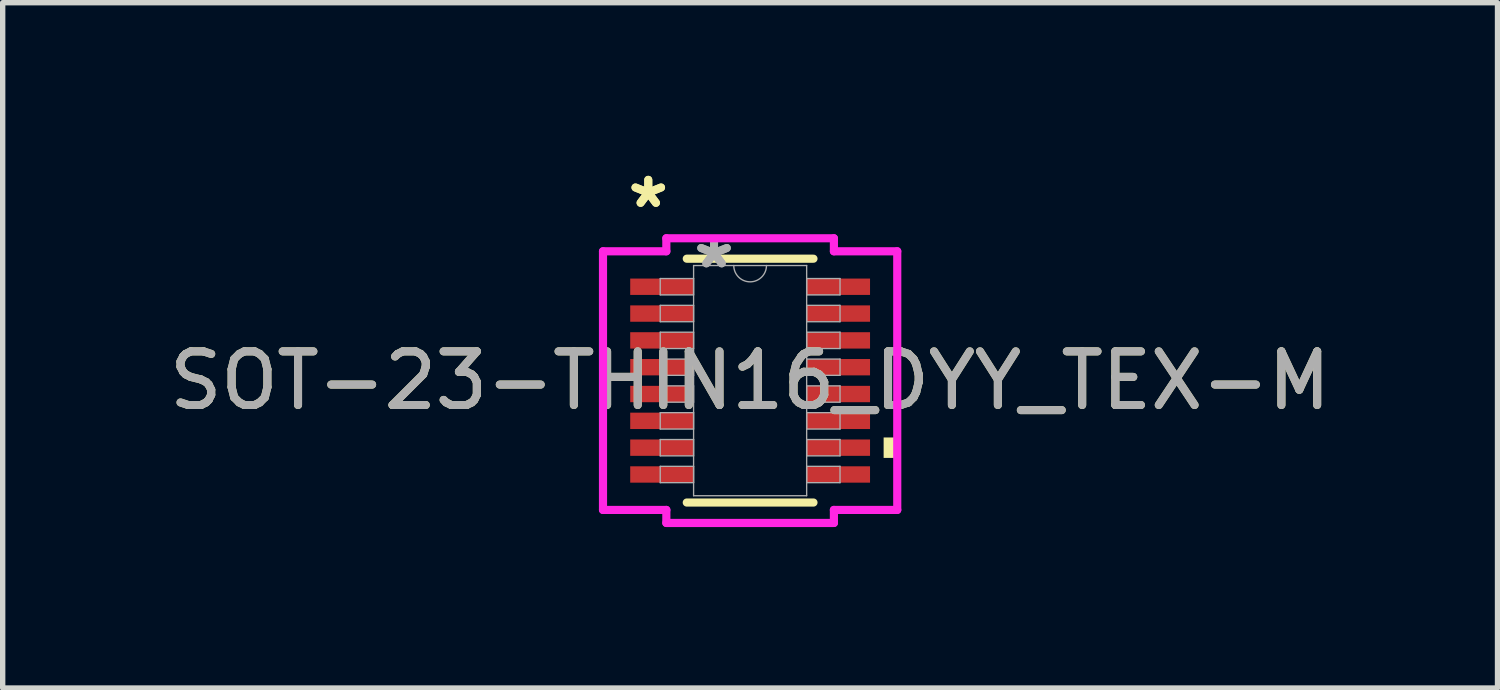
<source format=kicad_pcb>
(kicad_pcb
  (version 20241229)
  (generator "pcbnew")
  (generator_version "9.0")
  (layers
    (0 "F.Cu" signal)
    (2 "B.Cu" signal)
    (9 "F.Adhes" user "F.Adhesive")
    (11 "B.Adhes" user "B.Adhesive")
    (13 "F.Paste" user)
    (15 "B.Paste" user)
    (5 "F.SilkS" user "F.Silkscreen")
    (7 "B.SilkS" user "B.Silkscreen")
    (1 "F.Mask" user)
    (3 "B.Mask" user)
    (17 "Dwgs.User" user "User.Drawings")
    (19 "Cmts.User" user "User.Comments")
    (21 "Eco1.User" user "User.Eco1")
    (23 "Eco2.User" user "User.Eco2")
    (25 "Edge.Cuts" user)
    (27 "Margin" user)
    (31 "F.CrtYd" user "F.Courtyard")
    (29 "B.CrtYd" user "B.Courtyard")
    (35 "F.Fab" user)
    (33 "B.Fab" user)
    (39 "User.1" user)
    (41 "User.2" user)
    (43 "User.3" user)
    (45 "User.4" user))
  (footprint "SOT-23-THIN16_DYY_TEX-M"
    (layer "F.Cu")
    (at 10.935 4.046)
    (property "Reference" "SOT-23-THIN16_DYY_TEX-M" (at 0 0 0) (unlocked yes) (layer "F.SilkS") (effects (font (size 1 1) (thickness 0.15))))
    (attr smd)
    (fp_line (start -1.181 2.273) (end 1.181 2.273) (stroke (width 0.152) (type solid)) (layer "F.SilkS"))
    (fp_line (start 1.181 -2.273) (end -1.181 -2.273) (stroke (width 0.152) (type solid)) (layer "F.SilkS"))
    (fp_poly (pts (xy 2.743 1.06) (xy 2.743 1.441) (xy 2.489 1.441) (xy 2.489 1.06)) (stroke (width 0) (type solid)) (fill yes) (layer "F.SilkS"))
    (fp_line (start -2.743 -2.411) (end -1.562 -2.411) (stroke (width 0.152) (type solid)) (layer "F.CrtYd"))
    (fp_line (start -2.743 2.411) (end -2.743 -2.411) (stroke (width 0.152) (type solid)) (layer "F.CrtYd"))
    (fp_line (start -2.743 2.411) (end -1.562 2.411) (stroke (width 0.152) (type solid)) (layer "F.CrtYd"))
    (fp_line (start -1.562 -2.654) (end 1.562 -2.654) (stroke (width 0.152) (type solid)) (layer "F.CrtYd"))
    (fp_line (start -1.562 -2.411) (end -1.562 -2.654) (stroke (width 0.152) (type solid)) (layer "F.CrtYd"))
    (fp_line (start -1.562 2.654) (end -1.562 2.411) (stroke (width 0.152) (type solid)) (layer "F.CrtYd"))
    (fp_line (start 1.562 -2.654) (end 1.562 -2.411) (stroke (width 0.152) (type solid)) (layer "F.CrtYd"))
    (fp_line (start 1.562 2.411) (end 1.562 2.654) (stroke (width 0.152) (type solid)) (layer "F.CrtYd"))
    (fp_line (start 1.562 2.654) (end -1.562 2.654) (stroke (width 0.152) (type solid)) (layer "F.CrtYd"))
    (fp_line (start 2.743 -2.411) (end 1.562 -2.411) (stroke (width 0.152) (type solid)) (layer "F.CrtYd"))
    (fp_line (start 2.743 -2.411) (end 2.743 2.411) (stroke (width 0.152) (type solid)) (layer "F.CrtYd"))
    (fp_line (start 2.743 2.411) (end 1.562 2.411) (stroke (width 0.152) (type solid)) (layer "F.CrtYd"))
    (fp_line (start -1.676 -1.903) (end -1.676 -1.598) (stroke (width 0.025) (type solid)) (layer "F.Fab"))
    (fp_line (start -1.676 -1.598) (end -1.054 -1.598) (stroke (width 0.025) (type solid)) (layer "F.Fab"))
    (fp_line (start -1.676 -1.403) (end -1.676 -1.098) (stroke (width 0.025) (type solid)) (layer "F.Fab"))
    (fp_line (start -1.676 -1.098) (end -1.054 -1.098) (stroke (width 0.025) (type solid)) (layer "F.Fab"))
    (fp_line (start -1.676 -0.903) (end -1.676 -0.598) (stroke (width 0.025) (type solid)) (layer "F.Fab"))
    (fp_line (start -1.676 -0.598) (end -1.054 -0.598) (stroke (width 0.025) (type solid)) (layer "F.Fab"))
    (fp_line (start -1.676 -0.402) (end -1.676 -0.098) (stroke (width 0.025) (type solid)) (layer "F.Fab"))
    (fp_line (start -1.676 -0.098) (end -1.054 -0.098) (stroke (width 0.025) (type solid)) (layer "F.Fab"))
    (fp_line (start -1.676 0.098) (end -1.676 0.402) (stroke (width 0.025) (type solid)) (layer "F.Fab"))
    (fp_line (start -1.676 0.402) (end -1.054 0.402) (stroke (width 0.025) (type solid)) (layer "F.Fab"))
    (fp_line (start -1.676 0.598) (end -1.676 0.903) (stroke (width 0.025) (type solid)) (layer "F.Fab"))
    (fp_line (start -1.676 0.903) (end -1.054 0.903) (stroke (width 0.025) (type solid)) (layer "F.Fab"))
    (fp_line (start -1.676 1.098) (end -1.676 1.403) (stroke (width 0.025) (type solid)) (layer "F.Fab"))
    (fp_line (start -1.676 1.403) (end -1.054 1.403) (stroke (width 0.025) (type solid)) (layer "F.Fab"))
    (fp_line (start -1.676 1.598) (end -1.676 1.903) (stroke (width 0.025) (type solid)) (layer "F.Fab"))
    (fp_line (start -1.676 1.903) (end -1.054 1.903) (stroke (width 0.025) (type solid)) (layer "F.Fab"))
    (fp_line (start -1.054 -2.146) (end -1.054 2.146) (stroke (width 0.025) (type solid)) (layer "F.Fab"))
    (fp_line (start -1.054 -1.903) (end -1.676 -1.903) (stroke (width 0.025) (type solid)) (layer "F.Fab"))
    (fp_line (start -1.054 -1.598) (end -1.054 -1.903) (stroke (width 0.025) (type solid)) (layer "F.Fab"))
    (fp_line (start -1.054 -1.403) (end -1.676 -1.403) (stroke (width 0.025) (type solid)) (layer "F.Fab"))
    (fp_line (start -1.054 -1.098) (end -1.054 -1.403) (stroke (width 0.025) (type solid)) (layer "F.Fab"))
    (fp_line (start -1.054 -0.903) (end -1.676 -0.903) (stroke (width 0.025) (type solid)) (layer "F.Fab"))
    (fp_line (start -1.054 -0.598) (end -1.054 -0.903) (stroke (width 0.025) (type solid)) (layer "F.Fab"))
    (fp_line (start -1.054 -0.402) (end -1.676 -0.402) (stroke (width 0.025) (type solid)) (layer "F.Fab"))
    (fp_line (start -1.054 -0.098) (end -1.054 -0.402) (stroke (width 0.025) (type solid)) (layer "F.Fab"))
    (fp_line (start -1.054 0.098) (end -1.676 0.098) (stroke (width 0.025) (type solid)) (layer "F.Fab"))
    (fp_line (start -1.054 0.402) (end -1.054 0.098) (stroke (width 0.025) (type solid)) (layer "F.Fab"))
    (fp_line (start -1.054 0.598) (end -1.676 0.598) (stroke (width 0.025) (type solid)) (layer "F.Fab"))
    (fp_line (start -1.054 0.903) (end -1.054 0.598) (stroke (width 0.025) (type solid)) (layer "F.Fab"))
    (fp_line (start -1.054 1.098) (end -1.676 1.098) (stroke (width 0.025) (type solid)) (layer "F.Fab"))
    (fp_line (start -1.054 1.403) (end -1.054 1.098) (stroke (width 0.025) (type solid)) (layer "F.Fab"))
    (fp_line (start -1.054 1.598) (end -1.676 1.598) (stroke (width 0.025) (type solid)) (layer "F.Fab"))
    (fp_line (start -1.054 1.903) (end -1.054 1.598) (stroke (width 0.025) (type solid)) (layer "F.Fab"))
    (fp_line (start -1.054 2.146) (end 1.054 2.146) (stroke (width 0.025) (type solid)) (layer "F.Fab"))
    (fp_line (start 1.054 -2.146) (end -1.054 -2.146) (stroke (width 0.025) (type solid)) (layer "F.Fab"))
    (fp_line (start 1.054 -1.903) (end 1.054 -1.598) (stroke (width 0.025) (type solid)) (layer "F.Fab"))
    (fp_line (start 1.054 -1.598) (end 1.676 -1.598) (stroke (width 0.025) (type solid)) (layer "F.Fab"))
    (fp_line (start 1.054 -1.403) (end 1.054 -1.098) (stroke (width 0.025) (type solid)) (layer "F.Fab"))
    (fp_line (start 1.054 -1.098) (end 1.676 -1.098) (stroke (width 0.025) (type solid)) (layer "F.Fab"))
    (fp_line (start 1.054 -0.903) (end 1.054 -0.598) (stroke (width 0.025) (type solid)) (layer "F.Fab"))
    (fp_line (start 1.054 -0.598) (end 1.676 -0.598) (stroke (width 0.025) (type solid)) (layer "F.Fab"))
    (fp_line (start 1.054 -0.402) (end 1.054 -0.098) (stroke (width 0.025) (type solid)) (layer "F.Fab"))
    (fp_line (start 1.054 -0.098) (end 1.676 -0.098) (stroke (width 0.025) (type solid)) (layer "F.Fab"))
    (fp_line (start 1.054 0.098) (end 1.054 0.402) (stroke (width 0.025) (type solid)) (layer "F.Fab"))
    (fp_line (start 1.054 0.402) (end 1.676 0.402) (stroke (width 0.025) (type solid)) (layer "F.Fab"))
    (fp_line (start 1.054 0.598) (end 1.054 0.903) (stroke (width 0.025) (type solid)) (layer "F.Fab"))
    (fp_line (start 1.054 0.903) (end 1.676 0.903) (stroke (width 0.025) (type solid)) (layer "F.Fab"))
    (fp_line (start 1.054 1.098) (end 1.054 1.403) (stroke (width 0.025) (type solid)) (layer "F.Fab"))
    (fp_line (start 1.054 1.403) (end 1.676 1.403) (stroke (width 0.025) (type solid)) (layer "F.Fab"))
    (fp_line (start 1.054 1.598) (end 1.054 1.903) (stroke (width 0.025) (type solid)) (layer "F.Fab"))
    (fp_line (start 1.054 1.903) (end 1.676 1.903) (stroke (width 0.025) (type solid)) (layer "F.Fab"))
    (fp_line (start 1.054 2.146) (end 1.054 -2.146) (stroke (width 0.025) (type solid)) (layer "F.Fab"))
    (fp_line (start 1.676 -1.903) (end 1.054 -1.903) (stroke (width 0.025) (type solid)) (layer "F.Fab"))
    (fp_line (start 1.676 -1.598) (end 1.676 -1.903) (stroke (width 0.025) (type solid)) (layer "F.Fab"))
    (fp_line (start 1.676 -1.403) (end 1.054 -1.403) (stroke (width 0.025) (type solid)) (layer "F.Fab"))
    (fp_line (start 1.676 -1.098) (end 1.676 -1.403) (stroke (width 0.025) (type solid)) (layer "F.Fab"))
    (fp_line (start 1.676 -0.903) (end 1.054 -0.903) (stroke (width 0.025) (type solid)) (layer "F.Fab"))
    (fp_line (start 1.676 -0.598) (end 1.676 -0.903) (stroke (width 0.025) (type solid)) (layer "F.Fab"))
    (fp_line (start 1.676 -0.402) (end 1.054 -0.402) (stroke (width 0.025) (type solid)) (layer "F.Fab"))
    (fp_line (start 1.676 -0.098) (end 1.676 -0.402) (stroke (width 0.025) (type solid)) (layer "F.Fab"))
    (fp_line (start 1.676 0.098) (end 1.054 0.098) (stroke (width 0.025) (type solid)) (layer "F.Fab"))
    (fp_line (start 1.676 0.402) (end 1.676 0.098) (stroke (width 0.025) (type solid)) (layer "F.Fab"))
    (fp_line (start 1.676 0.598) (end 1.054 0.598) (stroke (width 0.025) (type solid)) (layer "F.Fab"))
    (fp_line (start 1.676 0.903) (end 1.676 0.598) (stroke (width 0.025) (type solid)) (layer "F.Fab"))
    (fp_line (start 1.676 1.098) (end 1.054 1.098) (stroke (width 0.025) (type solid)) (layer "F.Fab"))
    (fp_line (start 1.676 1.403) (end 1.676 1.098) (stroke (width 0.025) (type solid)) (layer "F.Fab"))
    (fp_line (start 1.676 1.598) (end 1.054 1.598) (stroke (width 0.025) (type solid)) (layer "F.Fab"))
    (fp_line (start 1.676 1.903) (end 1.676 1.598) (stroke (width 0.025) (type solid)) (layer "F.Fab"))
    (fp_arc (start 0.3048 -2.1463) (mid 0 -1.8415) (end -0.3048 -2.1463) (stroke (width 0.0254) (type solid)) (layer "F.Fab"))
    (fp_text user "*" (at -1.899 -3.198 0) (unlocked yes) (layer "F.SilkS") (effects (font (size 1 1) (thickness 0.15))))
    (fp_text user "*" (at -1.899 -3.198 0) (layer "F.SilkS") (effects (font (size 1 1) (thickness 0.15))))
    (fp_text user "${REFERENCE}" (at 0 0 0) (unlocked yes) (layer "F.Fab") (effects (font (size 1 1) (thickness 0.15))))
    (fp_text user "*" (at -0.673 -2.07 0) (unlocked yes) (layer "F.Fab") (effects (font (size 1 1) (thickness 0.15))))
    (fp_text user "*" (at -0.673 -2.07 0) (layer "F.Fab") (effects (font (size 1 1) (thickness 0.15))))
    (pad "1" smd rect (at -1.645 -1.75) (size 1.181 0.305) (layers "F.Cu" "F.Mask" "F.Paste"))
    (pad "2" smd rect (at -1.645 -1.25) (size 1.181 0.305) (layers "F.Cu" "F.Mask" "F.Paste"))
    (pad "3" smd rect (at -1.645 -0.75) (size 1.181 0.305) (layers "F.Cu" "F.Mask" "F.Paste"))
    (pad "4" smd rect (at -1.645 -0.25) (size 1.181 0.305) (layers "F.Cu" "F.Mask" "F.Paste"))
    (pad "5" smd rect (at -1.645 0.25) (size 1.181 0.305) (layers "F.Cu" "F.Mask" "F.Paste"))
    (pad "6" smd rect (at -1.645 0.75) (size 1.181 0.305) (layers "F.Cu" "F.Mask" "F.Paste"))
    (pad "7" smd rect (at -1.645 1.25) (size 1.181 0.305) (layers "F.Cu" "F.Mask" "F.Paste"))
    (pad "8" smd rect (at -1.645 1.75) (size 1.181 0.305) (layers "F.Cu" "F.Mask" "F.Paste"))
    (pad "9" smd rect (at 1.645 1.75) (size 1.181 0.305) (layers "F.Cu" "F.Mask" "F.Paste"))
    (pad "10" smd rect (at 1.645 1.25) (size 1.181 0.305) (layers "F.Cu" "F.Mask" "F.Paste"))
    (pad "11" smd rect (at 1.645 0.75) (size 1.181 0.305) (layers "F.Cu" "F.Mask" "F.Paste"))
    (pad "12" smd rect (at 1.645 0.25) (size 1.181 0.305) (layers "F.Cu" "F.Mask" "F.Paste"))
    (pad "13" smd rect (at 1.645 -0.25) (size 1.181 0.305) (layers "F.Cu" "F.Mask" "F.Paste"))
    (pad "14" smd rect (at 1.645 -0.75) (size 1.181 0.305) (layers "F.Cu" "F.Mask" "F.Paste"))
    (pad "15" smd rect (at 1.645 -1.25) (size 1.181 0.305) (layers "F.Cu" "F.Mask" "F.Paste"))
    (pad "16" smd rect (at 1.645 -1.75) (size 1.181 0.305) (layers "F.Cu" "F.Mask" "F.Paste")))
  (gr_rect
    (start -3 -3)
    (end 24.869 9.777)
    (stroke (width 0.1) (type default))
    (fill no)
    (layer "Edge.Cuts")))
</source>
